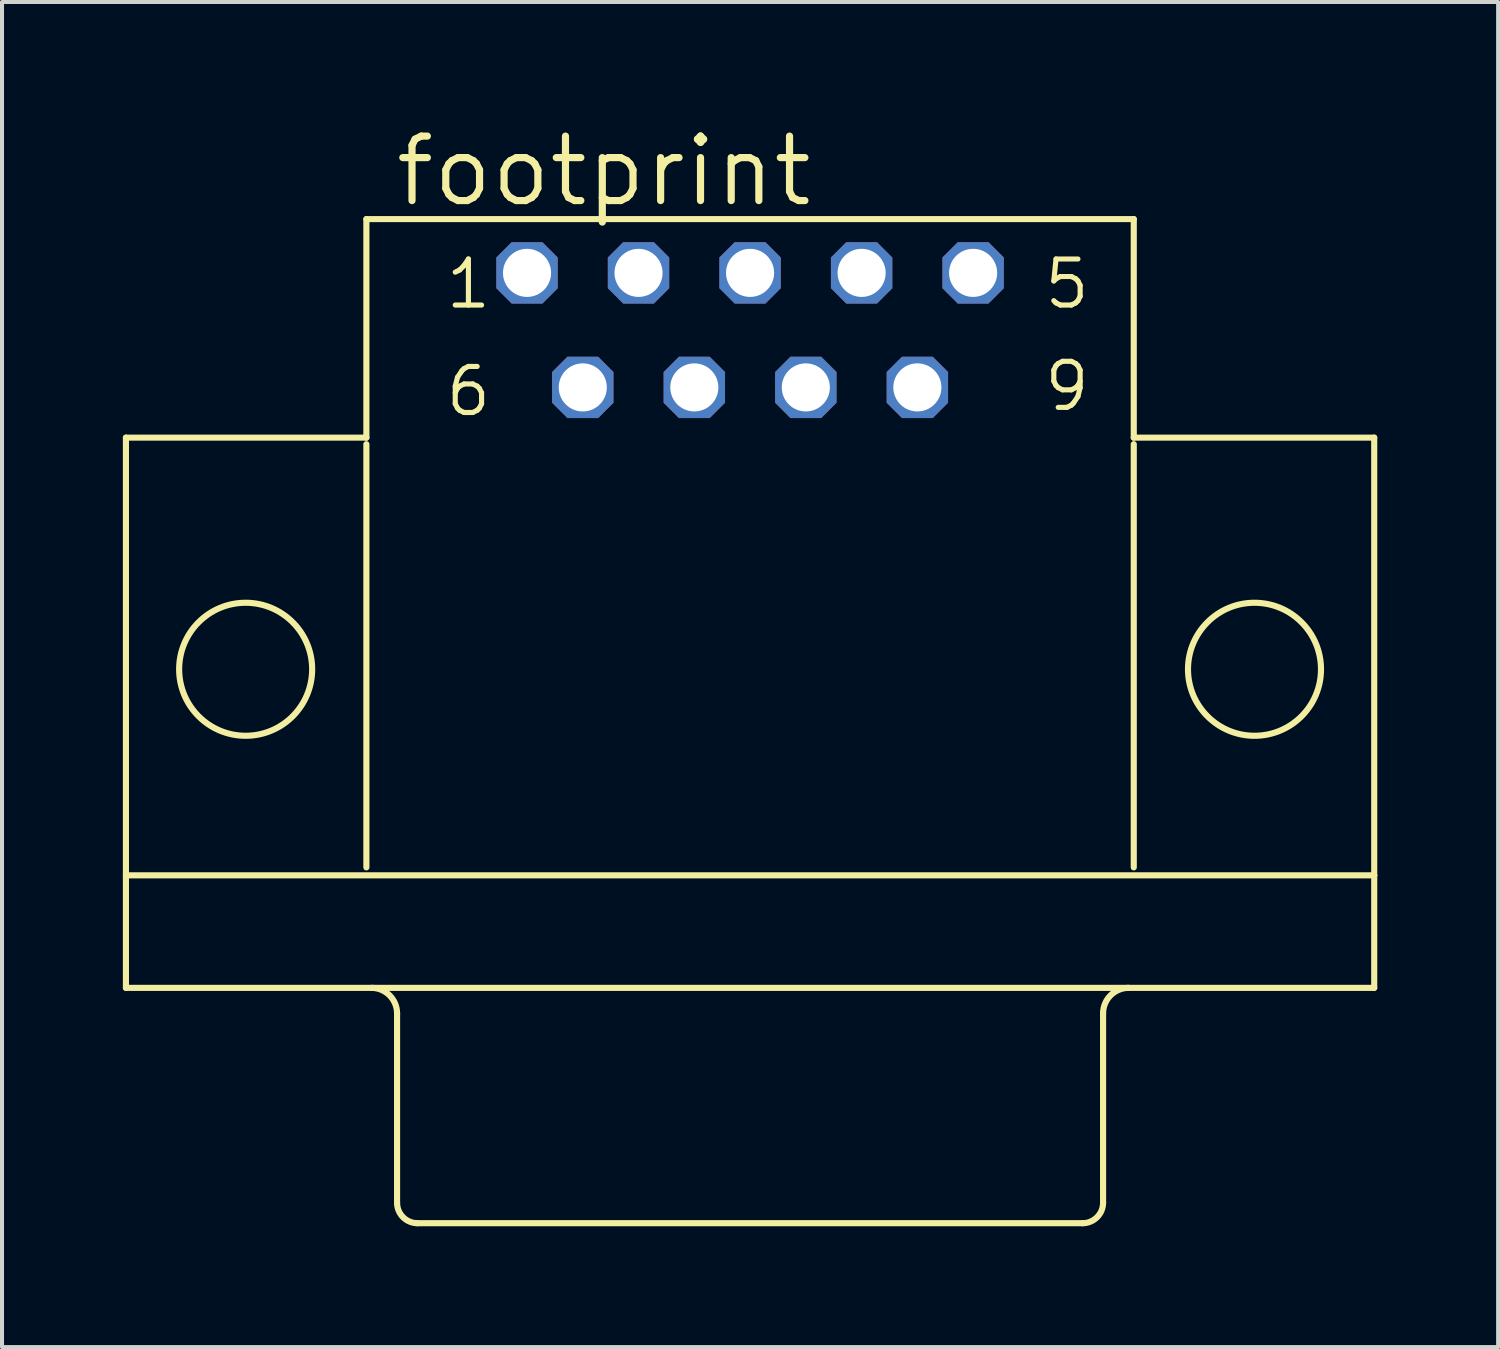
<source format=kicad_pcb>
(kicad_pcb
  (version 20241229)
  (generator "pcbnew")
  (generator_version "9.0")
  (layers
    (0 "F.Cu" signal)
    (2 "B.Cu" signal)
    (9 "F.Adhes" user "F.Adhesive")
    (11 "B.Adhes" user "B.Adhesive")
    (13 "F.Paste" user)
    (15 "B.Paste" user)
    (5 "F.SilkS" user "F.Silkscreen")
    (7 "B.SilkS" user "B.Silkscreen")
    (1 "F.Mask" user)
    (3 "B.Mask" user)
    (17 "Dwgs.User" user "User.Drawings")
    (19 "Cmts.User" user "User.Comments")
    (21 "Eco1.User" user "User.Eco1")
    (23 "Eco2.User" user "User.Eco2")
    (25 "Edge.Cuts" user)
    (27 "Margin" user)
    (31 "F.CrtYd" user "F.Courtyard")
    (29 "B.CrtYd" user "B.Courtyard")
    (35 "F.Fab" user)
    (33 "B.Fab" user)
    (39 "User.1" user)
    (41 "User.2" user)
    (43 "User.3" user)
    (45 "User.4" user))
  (footprint "footprint"
    (layer "F.Cu")
    (at 15.57 13.564)
    (property "Reference" "footprint" (at -8.89 -11.43 0) (layer "F.SilkS") (effects (font (size 1.6 1.6) (thickness 0.178)) (justify left bottom)))
    (fp_line (start -15.494 -5.75) (end -15.494 7.909) (stroke (width 0.152) (type solid)) (layer "F.SilkS"))
    (fp_line (start -9.525 -11.175) (end -9.525 -5.75) (stroke (width 0.152) (type solid)) (layer "F.SilkS"))
    (fp_line (start -9.525 -5.75) (end -15.494 -5.75) (stroke (width 0.152) (type solid)) (layer "F.SilkS"))
    (fp_line (start -9.525 -5.587) (end -9.525 4.918) (stroke (width 0.152) (type solid)) (layer "F.SilkS"))
    (fp_line (start -8.763 8.544) (end -8.763 13.243) (stroke (width 0.152) (type solid)) (layer "F.SilkS"))
    (fp_line (start 8.255 13.751) (end -8.255 13.751) (stroke (width 0.152) (type solid)) (layer "F.SilkS"))
    (fp_line (start 8.763 8.544) (end 8.763 13.243) (stroke (width 0.152) (type solid)) (layer "F.SilkS"))
    (fp_line (start 9.525 -11.175) (end -9.525 -11.175) (stroke (width 0.152) (type solid)) (layer "F.SilkS"))
    (fp_line (start 9.525 -5.75) (end 9.525 -11.175) (stroke (width 0.152) (type solid)) (layer "F.SilkS"))
    (fp_line (start 9.525 4.918) (end 9.525 -5.587) (stroke (width 0.152) (type solid)) (layer "F.SilkS"))
    (fp_line (start 15.494 -5.75) (end 9.525 -5.75) (stroke (width 0.152) (type solid)) (layer "F.SilkS"))
    (fp_line (start 15.494 -5.75) (end 15.494 5.115) (stroke (width 0.152) (type solid)) (layer "F.SilkS"))
    (fp_line (start 15.494 5.115) (end -15.494 5.115) (stroke (width 0.152) (type solid)) (layer "F.SilkS"))
    (fp_line (start 15.494 5.115) (end 15.494 7.909) (stroke (width 0.152) (type solid)) (layer "F.SilkS"))
    (fp_line (start 15.494 7.909) (end -15.494 7.909) (stroke (width 0.152) (type solid)) (layer "F.SilkS"))
    (fp_arc (start -9.398 7.909) (mid -8.948987 8.094987) (end -8.763 8.544) (stroke (width 0.1524) (type solid)) (layer "F.SilkS"))
    (fp_arc (start -8.255 13.751) (mid -8.61421 13.60221) (end -8.763 13.243) (stroke (width 0.1524) (type solid)) (layer "F.SilkS"))
    (fp_arc (start 8.763 8.544) (mid 8.948987 8.094987) (end 9.398 7.909) (stroke (width 0.1524) (type solid)) (layer "F.SilkS"))
    (fp_arc (start 8.763 13.243) (mid 8.61421 13.60221) (end 8.255 13.751) (stroke (width 0.1524) (type solid)) (layer "F.SilkS"))
    (fp_circle (center -12.522 0) (end -10.871 0) (stroke (width 0.152) (type solid)) (fill no) (layer "F.SilkS"))
    (fp_circle (center 12.522 0) (end 14.173 0) (stroke (width 0.152) (type solid)) (fill no) (layer "F.SilkS"))
    (fp_text user "6" (at -7.62 -6.228 0) (layer "F.SilkS") (effects (font (size 1.143 1.143) (thickness 0.127)) (justify left bottom)))
    (fp_text user "9" (at 7.239 -6.355 0) (layer "F.SilkS") (effects (font (size 1.143 1.143) (thickness 0.127)) (justify left bottom)))
    (fp_text user "1" (at -7.62 -8.895 0) (layer "F.SilkS") (effects (font (size 1.143 1.143) (thickness 0.127)) (justify left bottom)))
    (fp_text user "5" (at 7.239 -8.895 0) (layer "F.SilkS") (effects (font (size 1.143 1.143) (thickness 0.127)) (justify left bottom)))
    (pad "1" thru_hole roundrect (at -5.537 -9.84) (size 1.524 1.524) (drill 1.194) (layers "*.Cu" "*.Mask") (roundrect_rratio 0.25) (chamfer_ratio 0.25) (chamfer top_left top_right bottom_left bottom_right))
    (pad "2" thru_hole roundrect (at -2.769 -9.84) (size 1.524 1.524) (drill 1.194) (layers "*.Cu" "*.Mask") (roundrect_rratio 0.25) (chamfer_ratio 0.25) (chamfer top_left top_right bottom_left bottom_right))
    (pad "3" thru_hole roundrect (at 0 -9.84) (size 1.524 1.524) (drill 1.194) (layers "*.Cu" "*.Mask") (roundrect_rratio 0.25) (chamfer_ratio 0.25) (chamfer top_left top_right bottom_left bottom_right))
    (pad "4" thru_hole roundrect (at 2.769 -9.84) (size 1.524 1.524) (drill 1.194) (layers "*.Cu" "*.Mask") (roundrect_rratio 0.25) (chamfer_ratio 0.25) (chamfer top_left top_right bottom_left bottom_right))
    (pad "5" thru_hole roundrect (at 5.537 -9.84) (size 1.524 1.524) (drill 1.194) (layers "*.Cu" "*.Mask") (roundrect_rratio 0.25) (chamfer_ratio 0.25) (chamfer top_left top_right bottom_left bottom_right))
    (pad "6" thru_hole roundrect (at -4.153 -6.997) (size 1.524 1.524) (drill 1.194) (layers "*.Cu" "*.Mask") (roundrect_rratio 0.25) (chamfer_ratio 0.25) (chamfer top_left top_right bottom_left bottom_right))
    (pad "7" thru_hole roundrect (at -1.384 -6.997) (size 1.524 1.524) (drill 1.194) (layers "*.Cu" "*.Mask") (roundrect_rratio 0.25) (chamfer_ratio 0.25) (chamfer top_left top_right bottom_left bottom_right))
    (pad "8" thru_hole roundrect (at 1.384 -6.997) (size 1.524 1.524) (drill 1.194) (layers "*.Cu" "*.Mask") (roundrect_rratio 0.25) (chamfer_ratio 0.25) (chamfer top_left top_right bottom_left bottom_right))
    (pad "9" thru_hole roundrect (at 4.153 -6.997) (size 1.524 1.524) (drill 1.194) (layers "*.Cu" "*.Mask") (roundrect_rratio 0.25) (chamfer_ratio 0.25) (chamfer top_left top_right bottom_left bottom_right)))
  (gr_rect
    (start -3 -3)
    (end 34.14 30.391)
    (stroke (width 0.1) (type default))
    (fill no)
    (layer "Edge.Cuts")))
</source>
